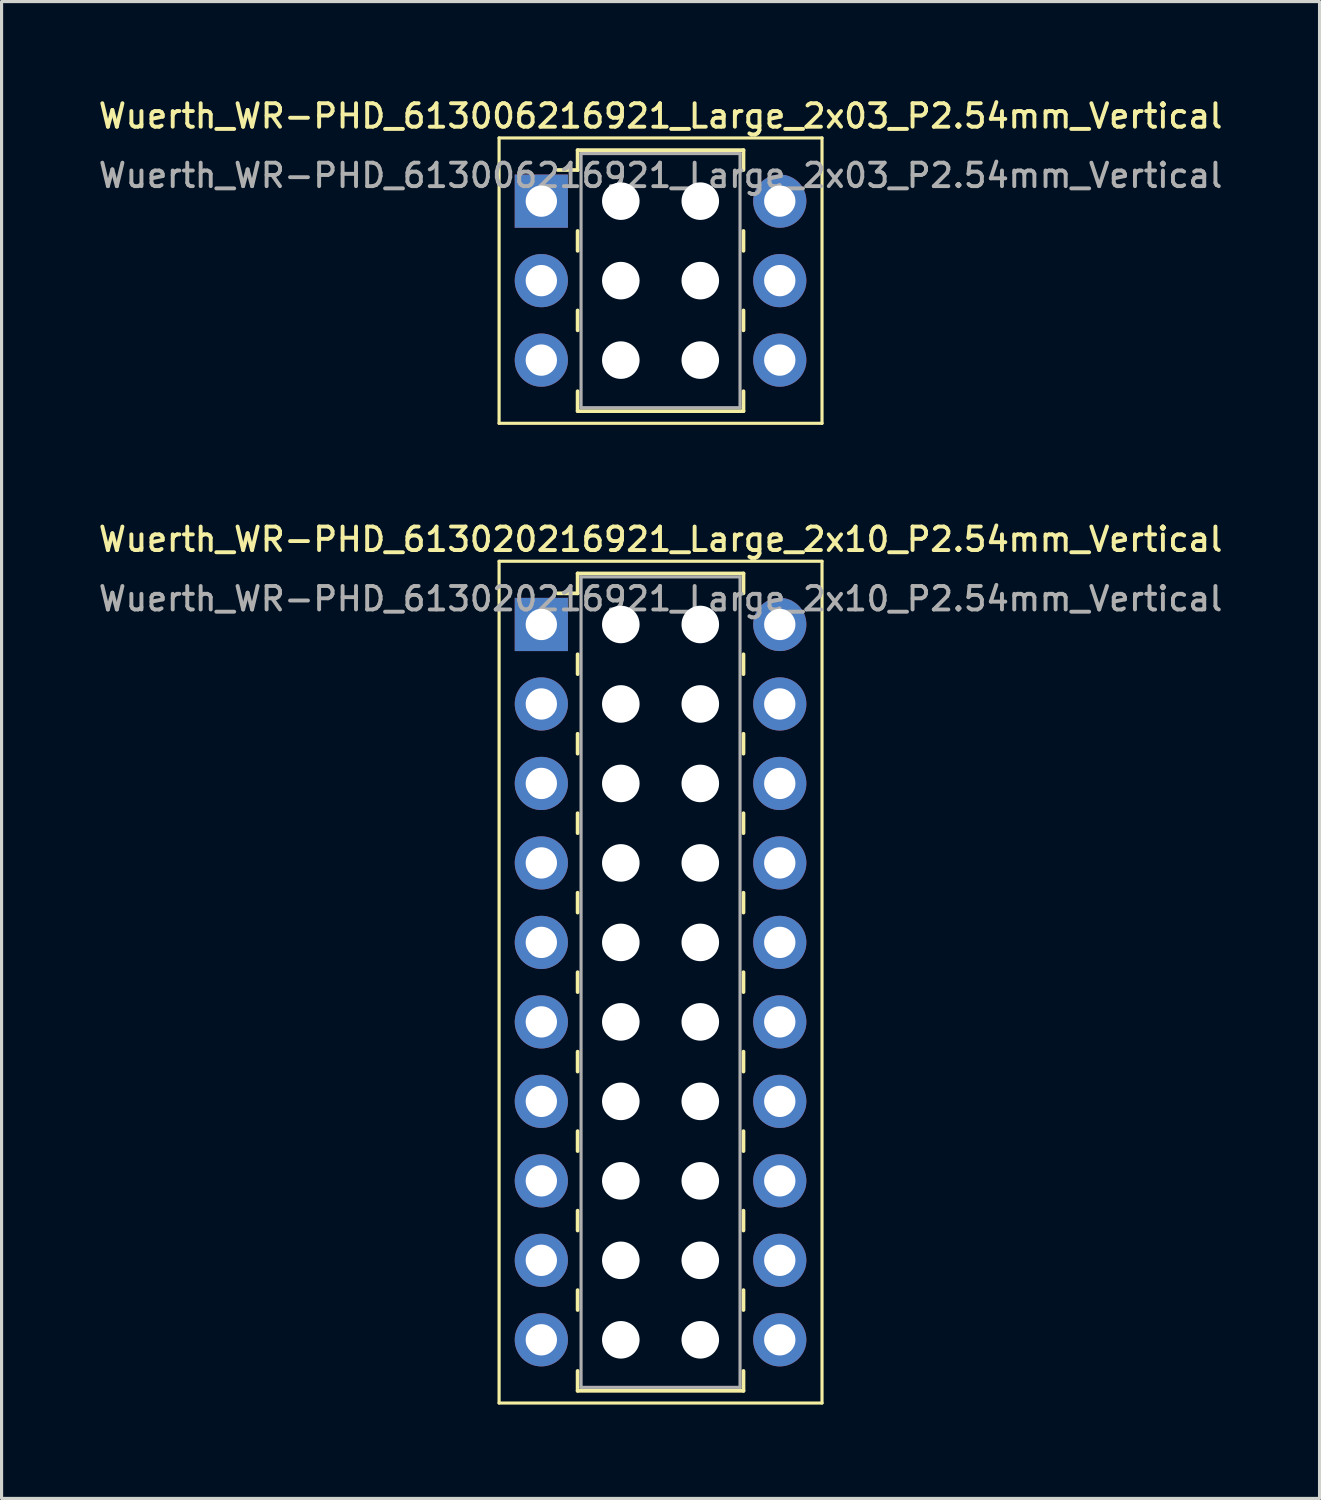
<source format=kicad_pcb>
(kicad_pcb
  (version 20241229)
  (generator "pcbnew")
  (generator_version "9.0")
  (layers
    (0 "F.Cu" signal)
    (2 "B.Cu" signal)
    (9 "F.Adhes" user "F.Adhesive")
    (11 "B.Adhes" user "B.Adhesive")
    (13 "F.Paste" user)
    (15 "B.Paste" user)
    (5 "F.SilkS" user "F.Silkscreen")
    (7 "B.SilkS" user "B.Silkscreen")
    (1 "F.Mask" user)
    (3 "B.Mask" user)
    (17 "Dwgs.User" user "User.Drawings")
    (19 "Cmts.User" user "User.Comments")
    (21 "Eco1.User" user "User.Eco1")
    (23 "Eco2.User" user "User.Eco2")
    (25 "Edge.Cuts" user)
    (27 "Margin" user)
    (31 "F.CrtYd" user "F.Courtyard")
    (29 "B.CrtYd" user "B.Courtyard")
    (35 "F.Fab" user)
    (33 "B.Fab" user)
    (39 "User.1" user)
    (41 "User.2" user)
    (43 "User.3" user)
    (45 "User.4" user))
  (footprint "Wuerth_WR-PHD_613006216921_Large_2x03_P2.54mm_Vertical"
    (layer "F.Cu")
    (at 14.249 3.378)
    (property "Reference" "Wuerth_WR-PHD_613006216921_Large_2x03_P2.54mm_Vertical" (at 3.81 -2.72 0) (layer "F.SilkS") (effects (font (size 0.75 0.75) (thickness 0.125))))
    (attr through_hole)
    (fp_line (start -1.35 -2.02) (end -1.35 7.1) (stroke (width 0.1) (type solid)) (layer "F.SilkS"))
    (fp_line (start -1.35 7.1) (end 8.97 7.1) (stroke (width 0.1) (type solid)) (layer "F.SilkS"))
    (fp_line (start 1.16 -1.63) (end 1.16 -0.995) (stroke (width 0.12) (type solid)) (layer "F.SilkS"))
    (fp_line (start 1.16 -1.63) (end 6.46 -1.63) (stroke (width 0.12) (type solid)) (layer "F.SilkS"))
    (fp_line (start 1.16 -0.995) (end 0.525 -0.995) (stroke (width 0.12) (type solid)) (layer "F.SilkS"))
    (fp_line (start 1.16 0.953) (end 1.16 1.587) (stroke (width 0.12) (type solid)) (layer "F.SilkS"))
    (fp_line (start 1.16 3.493) (end 1.16 4.128) (stroke (width 0.12) (type solid)) (layer "F.SilkS"))
    (fp_line (start 1.16 6.71) (end 1.16 6.075) (stroke (width 0.12) (type solid)) (layer "F.SilkS"))
    (fp_line (start 1.16 6.71) (end 6.46 6.71) (stroke (width 0.12) (type solid)) (layer "F.SilkS"))
    (fp_line (start 6.46 -1.63) (end 6.46 -0.995) (stroke (width 0.12) (type solid)) (layer "F.SilkS"))
    (fp_line (start 6.46 0.953) (end 6.46 1.587) (stroke (width 0.12) (type solid)) (layer "F.SilkS"))
    (fp_line (start 6.46 3.493) (end 6.46 4.128) (stroke (width 0.12) (type solid)) (layer "F.SilkS"))
    (fp_line (start 6.46 6.71) (end 6.46 6.075) (stroke (width 0.12) (type solid)) (layer "F.SilkS"))
    (fp_line (start 8.97 -2.02) (end -1.35 -2.02) (stroke (width 0.1) (type solid)) (layer "F.SilkS"))
    (fp_line (start 8.97 7.1) (end 8.97 -2.02) (stroke (width 0.1) (type solid)) (layer "F.SilkS"))
    (fp_line (start 1.27 -1.52) (end 1.27 6.6) (stroke (width 0.1) (type solid)) (layer "F.Fab"))
    (fp_line (start 1.27 6.6) (end 6.35 6.6) (stroke (width 0.1) (type solid)) (layer "F.Fab"))
    (fp_line (start 6.35 -1.52) (end 1.27 -1.52) (stroke (width 0.1) (type solid)) (layer "F.Fab"))
    (fp_line (start 6.35 6.6) (end 6.35 -1.52) (stroke (width 0.1) (type solid)) (layer "F.Fab"))
    (fp_text user "${REFERENCE}" (at 3.81 -0.82 0) (layer "F.Fab") (effects (font (size 0.75 0.75) (thickness 0.125))))
    (pad "" np_thru_hole circle (at 2.54 0) (size 1.2 1.2) (drill 1.2) (layers "*.Cu" "*.Mask"))
    (pad "" np_thru_hole circle (at 2.54 2.54) (size 1.2 1.2) (drill 1.2) (layers "*.Cu" "*.Mask"))
    (pad "" np_thru_hole circle (at 2.54 5.08) (size 1.2 1.2) (drill 1.2) (layers "*.Cu" "*.Mask"))
    (pad "" np_thru_hole circle (at 5.08 0) (size 1.2 1.2) (drill 1.2) (layers "*.Cu" "*.Mask"))
    (pad "" np_thru_hole circle (at 5.08 2.54) (size 1.2 1.2) (drill 1.2) (layers "*.Cu" "*.Mask"))
    (pad "" np_thru_hole circle (at 5.08 5.08) (size 1.2 1.2) (drill 1.2) (layers "*.Cu" "*.Mask"))
    (pad "1" thru_hole rect (at 0 0) (size 1.7 1.7) (drill 1) (layers "*.Cu" "*.Mask"))
    (pad "2" thru_hole circle (at 7.62 0) (size 1.7 1.7) (drill 1) (layers "*.Cu" "*.Mask"))
    (pad "3" thru_hole circle (at 0 2.54) (size 1.7 1.7) (drill 1) (layers "*.Cu" "*.Mask"))
    (pad "4" thru_hole circle (at 7.62 2.54) (size 1.7 1.7) (drill 1) (layers "*.Cu" "*.Mask"))
    (pad "5" thru_hole circle (at 0 5.08) (size 1.7 1.7) (drill 1) (layers "*.Cu" "*.Mask"))
    (pad "6" thru_hole circle (at 7.62 5.08) (size 1.7 1.7) (drill 1) (layers "*.Cu" "*.Mask")))
  (footprint "Wuerth_WR-PHD_613020216921_Large_2x10_P2.54mm_Vertical"
    (layer "F.Cu")
    (at 14.249 16.906)
    (property "Reference" "Wuerth_WR-PHD_613020216921_Large_2x10_P2.54mm_Vertical" (at 3.81 -2.72 0) (layer "F.SilkS") (effects (font (size 0.75 0.75) (thickness 0.125))))
    (attr through_hole)
    (fp_line (start -1.35 -2.02) (end -1.35 24.88) (stroke (width 0.1) (type solid)) (layer "F.SilkS"))
    (fp_line (start -1.35 24.88) (end 8.97 24.88) (stroke (width 0.1) (type solid)) (layer "F.SilkS"))
    (fp_line (start 1.16 -1.63) (end 1.16 -0.995) (stroke (width 0.12) (type solid)) (layer "F.SilkS"))
    (fp_line (start 1.16 -1.63) (end 6.46 -1.63) (stroke (width 0.12) (type solid)) (layer "F.SilkS"))
    (fp_line (start 1.16 -0.995) (end 0.525 -0.995) (stroke (width 0.12) (type solid)) (layer "F.SilkS"))
    (fp_line (start 1.16 0.953) (end 1.16 1.587) (stroke (width 0.12) (type solid)) (layer "F.SilkS"))
    (fp_line (start 1.16 3.493) (end 1.16 4.128) (stroke (width 0.12) (type solid)) (layer "F.SilkS"))
    (fp_line (start 1.16 6.032) (end 1.16 6.668) (stroke (width 0.12) (type solid)) (layer "F.SilkS"))
    (fp_line (start 1.16 8.572) (end 1.16 9.207) (stroke (width 0.12) (type solid)) (layer "F.SilkS"))
    (fp_line (start 1.16 11.113) (end 1.16 11.748) (stroke (width 0.12) (type solid)) (layer "F.SilkS"))
    (fp_line (start 1.16 13.652) (end 1.16 14.287) (stroke (width 0.12) (type solid)) (layer "F.SilkS"))
    (fp_line (start 1.16 16.192) (end 1.16 16.828) (stroke (width 0.12) (type solid)) (layer "F.SilkS"))
    (fp_line (start 1.16 18.733) (end 1.16 19.367) (stroke (width 0.12) (type solid)) (layer "F.SilkS"))
    (fp_line (start 1.16 21.273) (end 1.16 21.907) (stroke (width 0.12) (type solid)) (layer "F.SilkS"))
    (fp_line (start 1.16 24.49) (end 1.16 23.855) (stroke (width 0.12) (type solid)) (layer "F.SilkS"))
    (fp_line (start 1.16 24.49) (end 6.46 24.49) (stroke (width 0.12) (type solid)) (layer "F.SilkS"))
    (fp_line (start 6.46 -1.63) (end 6.46 -0.995) (stroke (width 0.12) (type solid)) (layer "F.SilkS"))
    (fp_line (start 6.46 0.953) (end 6.46 1.587) (stroke (width 0.12) (type solid)) (layer "F.SilkS"))
    (fp_line (start 6.46 3.493) (end 6.46 4.128) (stroke (width 0.12) (type solid)) (layer "F.SilkS"))
    (fp_line (start 6.46 6.032) (end 6.46 6.668) (stroke (width 0.12) (type solid)) (layer "F.SilkS"))
    (fp_line (start 6.46 8.572) (end 6.46 9.207) (stroke (width 0.12) (type solid)) (layer "F.SilkS"))
    (fp_line (start 6.46 11.113) (end 6.46 11.748) (stroke (width 0.12) (type solid)) (layer "F.SilkS"))
    (fp_line (start 6.46 13.652) (end 6.46 14.287) (stroke (width 0.12) (type solid)) (layer "F.SilkS"))
    (fp_line (start 6.46 16.192) (end 6.46 16.828) (stroke (width 0.12) (type solid)) (layer "F.SilkS"))
    (fp_line (start 6.46 18.733) (end 6.46 19.367) (stroke (width 0.12) (type solid)) (layer "F.SilkS"))
    (fp_line (start 6.46 21.273) (end 6.46 21.907) (stroke (width 0.12) (type solid)) (layer "F.SilkS"))
    (fp_line (start 6.46 24.49) (end 6.46 23.855) (stroke (width 0.12) (type solid)) (layer "F.SilkS"))
    (fp_line (start 8.97 -2.02) (end -1.35 -2.02) (stroke (width 0.1) (type solid)) (layer "F.SilkS"))
    (fp_line (start 8.97 24.88) (end 8.97 -2.02) (stroke (width 0.1) (type solid)) (layer "F.SilkS"))
    (fp_line (start 1.27 -1.52) (end 1.27 24.38) (stroke (width 0.1) (type solid)) (layer "F.Fab"))
    (fp_line (start 1.27 24.38) (end 6.35 24.38) (stroke (width 0.1) (type solid)) (layer "F.Fab"))
    (fp_line (start 6.35 -1.52) (end 1.27 -1.52) (stroke (width 0.1) (type solid)) (layer "F.Fab"))
    (fp_line (start 6.35 24.38) (end 6.35 -1.52) (stroke (width 0.1) (type solid)) (layer "F.Fab"))
    (fp_text user "${REFERENCE}" (at 3.81 -0.82 0) (layer "F.Fab") (effects (font (size 0.75 0.75) (thickness 0.125))))
    (pad "" np_thru_hole circle (at 2.54 0) (size 1.2 1.2) (drill 1.2) (layers "*.Cu" "*.Mask"))
    (pad "" np_thru_hole circle (at 2.54 2.54) (size 1.2 1.2) (drill 1.2) (layers "*.Cu" "*.Mask"))
    (pad "" np_thru_hole circle (at 2.54 5.08) (size 1.2 1.2) (drill 1.2) (layers "*.Cu" "*.Mask"))
    (pad "" np_thru_hole circle (at 2.54 7.62) (size 1.2 1.2) (drill 1.2) (layers "*.Cu" "*.Mask"))
    (pad "" np_thru_hole circle (at 2.54 10.16) (size 1.2 1.2) (drill 1.2) (layers "*.Cu" "*.Mask"))
    (pad "" np_thru_hole circle (at 2.54 12.7) (size 1.2 1.2) (drill 1.2) (layers "*.Cu" "*.Mask"))
    (pad "" np_thru_hole circle (at 2.54 15.24) (size 1.2 1.2) (drill 1.2) (layers "*.Cu" "*.Mask"))
    (pad "" np_thru_hole circle (at 2.54 17.78) (size 1.2 1.2) (drill 1.2) (layers "*.Cu" "*.Mask"))
    (pad "" np_thru_hole circle (at 2.54 20.32) (size 1.2 1.2) (drill 1.2) (layers "*.Cu" "*.Mask"))
    (pad "" np_thru_hole circle (at 2.54 22.86) (size 1.2 1.2) (drill 1.2) (layers "*.Cu" "*.Mask"))
    (pad "" np_thru_hole circle (at 5.08 0) (size 1.2 1.2) (drill 1.2) (layers "*.Cu" "*.Mask"))
    (pad "" np_thru_hole circle (at 5.08 2.54) (size 1.2 1.2) (drill 1.2) (layers "*.Cu" "*.Mask"))
    (pad "" np_thru_hole circle (at 5.08 5.08) (size 1.2 1.2) (drill 1.2) (layers "*.Cu" "*.Mask"))
    (pad "" np_thru_hole circle (at 5.08 7.62) (size 1.2 1.2) (drill 1.2) (layers "*.Cu" "*.Mask"))
    (pad "" np_thru_hole circle (at 5.08 10.16) (size 1.2 1.2) (drill 1.2) (layers "*.Cu" "*.Mask"))
    (pad "" np_thru_hole circle (at 5.08 12.7) (size 1.2 1.2) (drill 1.2) (layers "*.Cu" "*.Mask"))
    (pad "" np_thru_hole circle (at 5.08 15.24) (size 1.2 1.2) (drill 1.2) (layers "*.Cu" "*.Mask"))
    (pad "" np_thru_hole circle (at 5.08 17.78) (size 1.2 1.2) (drill 1.2) (layers "*.Cu" "*.Mask"))
    (pad "" np_thru_hole circle (at 5.08 20.32) (size 1.2 1.2) (drill 1.2) (layers "*.Cu" "*.Mask"))
    (pad "" np_thru_hole circle (at 5.08 22.86) (size 1.2 1.2) (drill 1.2) (layers "*.Cu" "*.Mask"))
    (pad "1" thru_hole rect (at 0 0) (size 1.7 1.7) (drill 1) (layers "*.Cu" "*.Mask"))
    (pad "2" thru_hole circle (at 7.62 0) (size 1.7 1.7) (drill 1) (layers "*.Cu" "*.Mask"))
    (pad "3" thru_hole circle (at 0 2.54) (size 1.7 1.7) (drill 1) (layers "*.Cu" "*.Mask"))
    (pad "4" thru_hole circle (at 7.62 2.54) (size 1.7 1.7) (drill 1) (layers "*.Cu" "*.Mask"))
    (pad "5" thru_hole circle (at 0 5.08) (size 1.7 1.7) (drill 1) (layers "*.Cu" "*.Mask"))
    (pad "6" thru_hole circle (at 7.62 5.08) (size 1.7 1.7) (drill 1) (layers "*.Cu" "*.Mask"))
    (pad "7" thru_hole circle (at 0 7.62) (size 1.7 1.7) (drill 1) (layers "*.Cu" "*.Mask"))
    (pad "8" thru_hole circle (at 7.62 7.62) (size 1.7 1.7) (drill 1) (layers "*.Cu" "*.Mask"))
    (pad "9" thru_hole circle (at 0 10.16) (size 1.7 1.7) (drill 1) (layers "*.Cu" "*.Mask"))
    (pad "10" thru_hole circle (at 7.62 10.16) (size 1.7 1.7) (drill 1) (layers "*.Cu" "*.Mask"))
    (pad "11" thru_hole circle (at 0 12.7) (size 1.7 1.7) (drill 1) (layers "*.Cu" "*.Mask"))
    (pad "12" thru_hole circle (at 7.62 12.7) (size 1.7 1.7) (drill 1) (layers "*.Cu" "*.Mask"))
    (pad "13" thru_hole circle (at 0 15.24) (size 1.7 1.7) (drill 1) (layers "*.Cu" "*.Mask"))
    (pad "14" thru_hole circle (at 7.62 15.24) (size 1.7 1.7) (drill 1) (layers "*.Cu" "*.Mask"))
    (pad "15" thru_hole circle (at 0 17.78) (size 1.7 1.7) (drill 1) (layers "*.Cu" "*.Mask"))
    (pad "16" thru_hole circle (at 7.62 17.78) (size 1.7 1.7) (drill 1) (layers "*.Cu" "*.Mask"))
    (pad "17" thru_hole circle (at 0 20.32) (size 1.7 1.7) (drill 1) (layers "*.Cu" "*.Mask"))
    (pad "18" thru_hole circle (at 7.62 20.32) (size 1.7 1.7) (drill 1) (layers "*.Cu" "*.Mask"))
    (pad "19" thru_hole circle (at 0 22.86) (size 1.7 1.7) (drill 1) (layers "*.Cu" "*.Mask"))
    (pad "20" thru_hole circle (at 7.62 22.86) (size 1.7 1.7) (drill 1) (layers "*.Cu" "*.Mask")))
  (gr_rect
    (start -3 -3)
    (end 39.118 44.836)
    (stroke (width 0.1) (type default))
    (fill no)
    (layer "Edge.Cuts")))
</source>
